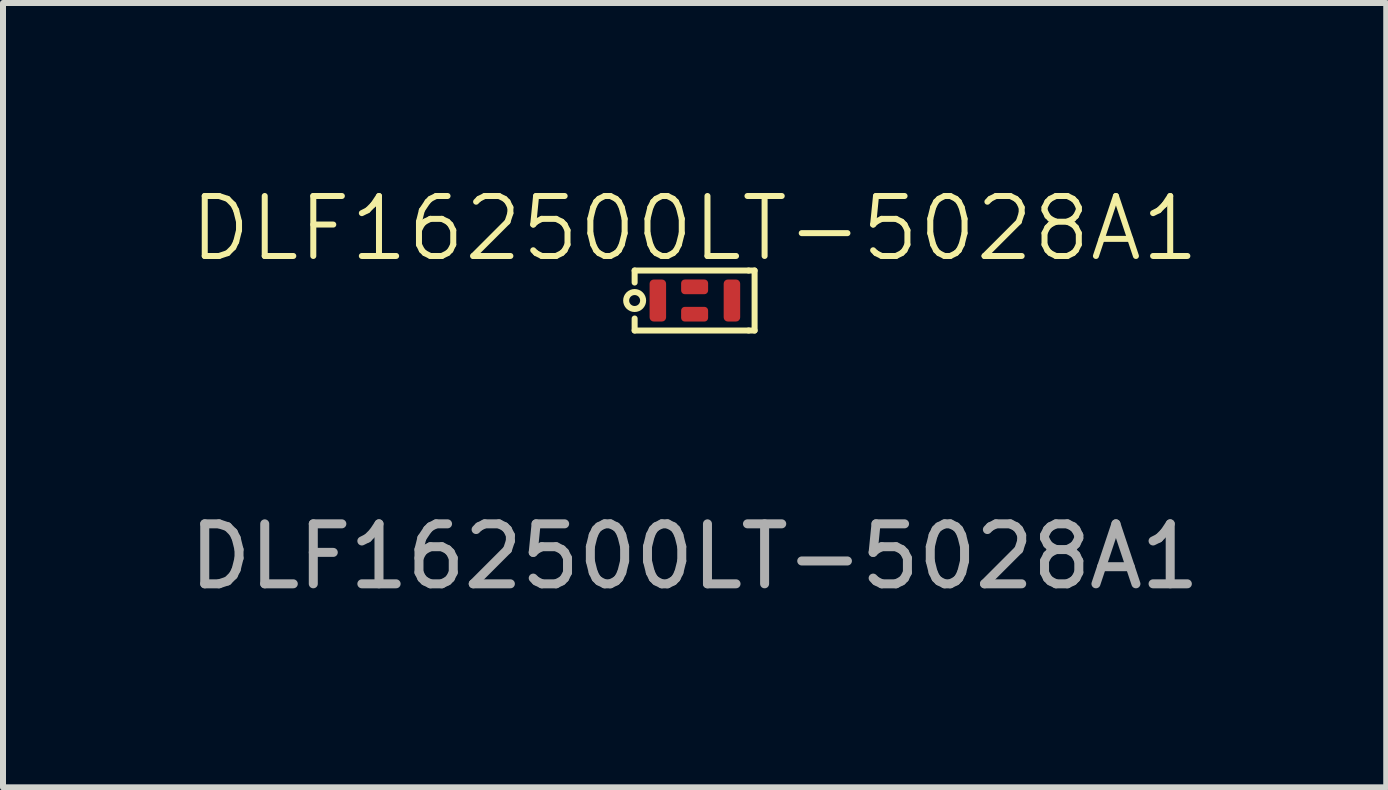
<source format=kicad_pcb>
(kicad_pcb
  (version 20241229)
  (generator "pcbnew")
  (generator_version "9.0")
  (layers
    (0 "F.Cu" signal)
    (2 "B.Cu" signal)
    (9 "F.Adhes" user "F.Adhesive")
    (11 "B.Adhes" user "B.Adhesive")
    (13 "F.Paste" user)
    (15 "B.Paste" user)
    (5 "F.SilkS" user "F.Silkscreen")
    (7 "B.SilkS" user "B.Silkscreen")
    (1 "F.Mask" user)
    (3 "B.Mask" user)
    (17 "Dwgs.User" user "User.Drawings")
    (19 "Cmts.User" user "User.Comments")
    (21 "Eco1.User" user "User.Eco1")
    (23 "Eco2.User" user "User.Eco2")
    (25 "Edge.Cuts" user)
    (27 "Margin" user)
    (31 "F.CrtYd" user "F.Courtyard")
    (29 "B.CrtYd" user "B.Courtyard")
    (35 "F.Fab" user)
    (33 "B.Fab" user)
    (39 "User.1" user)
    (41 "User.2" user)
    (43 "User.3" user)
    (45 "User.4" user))
  (footprint "DLF162500LT-5028A1"
    (layer "F.Cu")
    (at 8.53 1.96)
    (property "Reference" "DLF162500LT-5028A1" (at 0 -1.2 0) (unlocked yes) (layer "F.SilkS") (effects (font (size 1 1) (thickness 0.1))))
    (attr smd)
    (fp_line (start -1 -0.5) (end 0.9 -0.5) (stroke (width 0.1) (type default)) (layer "F.SilkS"))
    (fp_line (start -1 -0.3) (end -1 -0.5) (stroke (width 0.1) (type default)) (layer "F.SilkS"))
    (fp_line (start -1 0.3) (end -1 0.5) (stroke (width 0.1) (type default)) (layer "F.SilkS"))
    (fp_line (start 0.9 0.5) (end -1 0.5) (stroke (width 0.1) (type default)) (layer "F.SilkS"))
    (fp_line (start 1 -0.5) (end 0.9 -0.5) (stroke (width 0.1) (type default)) (layer "F.SilkS"))
    (fp_line (start 1 -0.5) (end 1 0.5) (stroke (width 0.1) (type default)) (layer "F.SilkS"))
    (fp_line (start 1 0.5) (end 0.9 0.5) (stroke (width 0.1) (type default)) (layer "F.SilkS"))
    (fp_circle (center -1 0) (end -0.9 -0.1) (stroke (width 0.1) (type default)) (fill no) (layer "F.SilkS"))
    (fp_text user "${REFERENCE}" (at 0 4.268 0) (unlocked yes) (layer "F.Fab") (effects (font (size 1 1) (thickness 0.15))))
    (pad "1" smd roundrect (at -0.613 0) (size 0.275 0.7) (layers "F.Cu" "F.Mask" "F.Paste") (roundrect_rratio 0.25))
    (pad "2" smd roundrect (at 0 0.228) (size 0.45 0.245) (layers "F.Cu" "F.Mask" "F.Paste") (roundrect_rratio 0.25))
    (pad "3" smd roundrect (at 0.622 0) (size 0.275 0.7) (layers "F.Cu" "F.Mask" "F.Paste") (roundrect_rratio 0.25))
    (pad "4" smd roundrect (at 0 -0.228) (size 0.45 0.245) (layers "F.Cu" "F.Mask" "F.Paste") (roundrect_rratio 0.25)))
  (gr_rect
    (start -3 -3)
    (end 20.06 10.076)
    (stroke (width 0.1) (type default))
    (fill no)
    (layer "Edge.Cuts")))
</source>
